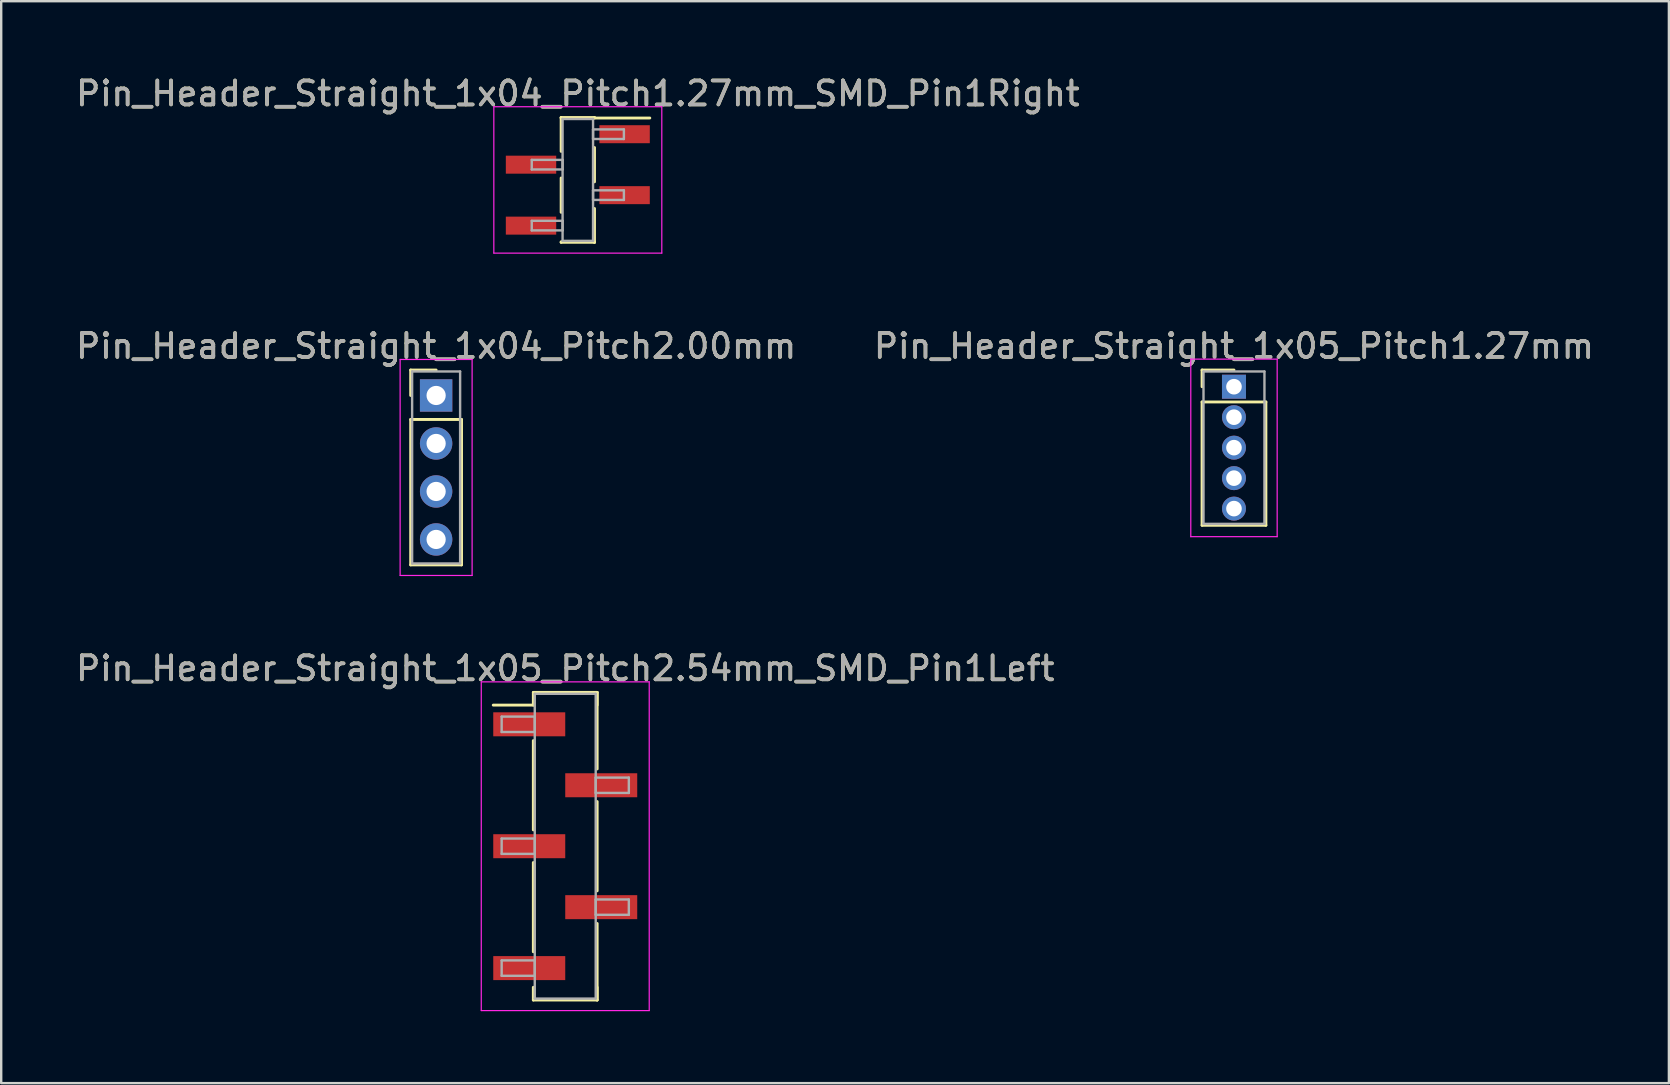
<source format=kicad_pcb>
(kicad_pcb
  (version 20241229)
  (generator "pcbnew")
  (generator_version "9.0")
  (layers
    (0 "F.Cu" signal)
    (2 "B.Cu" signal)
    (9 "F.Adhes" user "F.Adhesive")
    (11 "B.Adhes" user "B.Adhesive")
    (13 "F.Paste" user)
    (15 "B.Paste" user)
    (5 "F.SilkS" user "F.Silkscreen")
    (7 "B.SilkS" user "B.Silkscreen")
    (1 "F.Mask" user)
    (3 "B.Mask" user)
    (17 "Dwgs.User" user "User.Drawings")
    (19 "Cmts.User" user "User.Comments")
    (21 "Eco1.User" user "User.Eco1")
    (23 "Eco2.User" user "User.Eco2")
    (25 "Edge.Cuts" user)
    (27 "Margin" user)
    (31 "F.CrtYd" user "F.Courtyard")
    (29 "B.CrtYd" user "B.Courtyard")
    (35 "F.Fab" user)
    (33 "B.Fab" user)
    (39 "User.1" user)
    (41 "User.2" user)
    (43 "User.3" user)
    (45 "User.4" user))
  (footprint "Pin_Header_Straight_1x04_Pitch2.00mm"
    (layer "F.Cu")
    (at 15.125 13.431)
    (property "Reference" "Pin_Header_Straight_1x04_Pitch2.00mm" (at 0 -2.06 0) (layer "F.SilkS") (effects (font (size 1 1) (thickness 0.15))))
    (attr through_hole)
    (fp_line (start -1.06 -1.06) (end 0 -1.06) (stroke (width 0.12) (type solid)) (layer "F.SilkS"))
    (fp_line (start -1.06 0) (end -1.06 -1.06) (stroke (width 0.12) (type solid)) (layer "F.SilkS"))
    (fp_line (start -1.06 1) (end -1.06 7.06) (stroke (width 0.12) (type solid)) (layer "F.SilkS"))
    (fp_line (start -1.06 7.06) (end 1.06 7.06) (stroke (width 0.12) (type solid)) (layer "F.SilkS"))
    (fp_line (start 1.06 1) (end -1.06 1) (stroke (width 0.12) (type solid)) (layer "F.SilkS"))
    (fp_line (start 1.06 7.06) (end 1.06 1) (stroke (width 0.12) (type solid)) (layer "F.SilkS"))
    (fp_line (start -1.5 -1.5) (end -1.5 7.5) (stroke (width 0.05) (type solid)) (layer "F.CrtYd"))
    (fp_line (start -1.5 7.5) (end 1.5 7.5) (stroke (width 0.05) (type solid)) (layer "F.CrtYd"))
    (fp_line (start 1.5 -1.5) (end -1.5 -1.5) (stroke (width 0.05) (type solid)) (layer "F.CrtYd"))
    (fp_line (start 1.5 7.5) (end 1.5 -1.5) (stroke (width 0.05) (type solid)) (layer "F.CrtYd"))
    (fp_line (start -1 -1) (end -1 7) (stroke (width 0.1) (type solid)) (layer "F.Fab"))
    (fp_line (start -1 7) (end 1 7) (stroke (width 0.1) (type solid)) (layer "F.Fab"))
    (fp_line (start 1 -1) (end -1 -1) (stroke (width 0.1) (type solid)) (layer "F.Fab"))
    (fp_line (start 1 7) (end 1 -1) (stroke (width 0.1) (type solid)) (layer "F.Fab"))
    (fp_text user "${REFERENCE}" (at 0 -2.06 0) (layer "F.Fab") (effects (font (size 1 1) (thickness 0.15))))
    (pad "1" thru_hole rect (at 0 0) (size 1.35 1.35) (drill 0.8) (layers "*.Cu" "*.Mask"))
    (pad "2" thru_hole oval (at 0 2) (size 1.35 1.35) (drill 0.8) (layers "*.Cu" "*.Mask"))
    (pad "3" thru_hole oval (at 0 4) (size 1.35 1.35) (drill 0.8) (layers "*.Cu" "*.Mask"))
    (pad "4" thru_hole oval (at 0 6) (size 1.35 1.35) (drill 0.8) (layers "*.Cu" "*.Mask")))
  (footprint "Pin_Header_Straight_1x04_Pitch1.27mm_SMD_Pin1Right"
    (layer "F.Cu")
    (at 21.03 4.448)
    (property "Reference" "Pin_Header_Straight_1x04_Pitch1.27mm_SMD_Pin1Right" (at 0 -3.6 0) (layer "F.SilkS") (effects (font (size 1 1) (thickness 0.15))))
    (attr smd)
    (fp_line (start -0.695 -2.6) (end -0.695 -1.19) (stroke (width 0.12) (type solid)) (layer "F.SilkS"))
    (fp_line (start -0.695 -2.6) (end 0.695 -2.6) (stroke (width 0.12) (type solid)) (layer "F.SilkS"))
    (fp_line (start -0.695 -2.58) (end -0.695 -2.6) (stroke (width 0.12) (type solid)) (layer "F.SilkS"))
    (fp_line (start -0.695 -0.08) (end -0.695 1.35) (stroke (width 0.12) (type solid)) (layer "F.SilkS"))
    (fp_line (start -0.695 2.58) (end -0.695 2.6) (stroke (width 0.12) (type solid)) (layer "F.SilkS"))
    (fp_line (start -0.695 2.6) (end 0.695 2.6) (stroke (width 0.12) (type solid)) (layer "F.SilkS"))
    (fp_line (start 0.695 -2.6) (end 0.695 -2.58) (stroke (width 0.12) (type solid)) (layer "F.SilkS"))
    (fp_line (start 0.695 -2.58) (end 3 -2.58) (stroke (width 0.12) (type solid)) (layer "F.SilkS"))
    (fp_line (start 0.695 -1.35) (end 0.695 0.08) (stroke (width 0.12) (type solid)) (layer "F.SilkS"))
    (fp_line (start 0.695 1.19) (end 0.695 2.6) (stroke (width 0.12) (type solid)) (layer "F.SilkS"))
    (fp_line (start 0.695 2.6) (end 0.695 2.58) (stroke (width 0.12) (type solid)) (layer "F.SilkS"))
    (fp_line (start -3.5 -3.05) (end -3.5 3.05) (stroke (width 0.05) (type solid)) (layer "F.CrtYd"))
    (fp_line (start -3.5 3.05) (end 3.5 3.05) (stroke (width 0.05) (type solid)) (layer "F.CrtYd"))
    (fp_line (start 3.5 -3.05) (end -3.5 -3.05) (stroke (width 0.05) (type solid)) (layer "F.CrtYd"))
    (fp_line (start 3.5 3.05) (end 3.5 -3.05) (stroke (width 0.05) (type solid)) (layer "F.CrtYd"))
    (fp_line (start -1.92 -0.835) (end -0.635 -0.835) (stroke (width 0.1) (type solid)) (layer "F.Fab"))
    (fp_line (start -1.92 -0.435) (end -1.92 -0.835) (stroke (width 0.1) (type solid)) (layer "F.Fab"))
    (fp_line (start -1.92 1.705) (end -0.635 1.705) (stroke (width 0.1) (type solid)) (layer "F.Fab"))
    (fp_line (start -1.92 2.105) (end -1.92 1.705) (stroke (width 0.1) (type solid)) (layer "F.Fab"))
    (fp_line (start -0.635 -2.54) (end -0.635 2.54) (stroke (width 0.1) (type solid)) (layer "F.Fab"))
    (fp_line (start -0.635 -0.835) (end -0.635 -0.435) (stroke (width 0.1) (type solid)) (layer "F.Fab"))
    (fp_line (start -0.635 -0.435) (end -1.92 -0.435) (stroke (width 0.1) (type solid)) (layer "F.Fab"))
    (fp_line (start -0.635 1.705) (end -0.635 2.105) (stroke (width 0.1) (type solid)) (layer "F.Fab"))
    (fp_line (start -0.635 2.105) (end -1.92 2.105) (stroke (width 0.1) (type solid)) (layer "F.Fab"))
    (fp_line (start -0.635 2.54) (end 0.635 2.54) (stroke (width 0.1) (type solid)) (layer "F.Fab"))
    (fp_line (start 0.635 -2.54) (end -0.635 -2.54) (stroke (width 0.1) (type solid)) (layer "F.Fab"))
    (fp_line (start 0.635 -2.105) (end 0.635 -1.705) (stroke (width 0.1) (type solid)) (layer "F.Fab"))
    (fp_line (start 0.635 -1.705) (end 1.92 -1.705) (stroke (width 0.1) (type solid)) (layer "F.Fab"))
    (fp_line (start 0.635 0.435) (end 0.635 0.835) (stroke (width 0.1) (type solid)) (layer "F.Fab"))
    (fp_line (start 0.635 0.835) (end 1.92 0.835) (stroke (width 0.1) (type solid)) (layer "F.Fab"))
    (fp_line (start 0.635 2.54) (end 0.635 -2.54) (stroke (width 0.1) (type solid)) (layer "F.Fab"))
    (fp_line (start 1.92 -2.105) (end 0.635 -2.105) (stroke (width 0.1) (type solid)) (layer "F.Fab"))
    (fp_line (start 1.92 -1.705) (end 1.92 -2.105) (stroke (width 0.1) (type solid)) (layer "F.Fab"))
    (fp_line (start 1.92 0.435) (end 0.635 0.435) (stroke (width 0.1) (type solid)) (layer "F.Fab"))
    (fp_line (start 1.92 0.835) (end 1.92 0.435) (stroke (width 0.1) (type solid)) (layer "F.Fab"))
    (fp_text user "${REFERENCE}" (at 0 -3.6 0) (layer "F.Fab") (effects (font (size 1 1) (thickness 0.15))))
    (pad "1" smd rect (at 1.95 -1.905) (size 2.1 0.75) (layers "F.Cu" "F.Mask" "F.Paste"))
    (pad "2" smd rect (at -1.95 -0.635) (size 2.1 0.75) (layers "F.Cu" "F.Mask" "F.Paste"))
    (pad "3" smd rect (at 1.95 0.635) (size 2.1 0.75) (layers "F.Cu" "F.Mask" "F.Paste"))
    (pad "4" smd rect (at -1.95 1.905) (size 2.1 0.75) (layers "F.Cu" "F.Mask" "F.Paste")))
  (footprint "Pin_Header_Straight_1x05_Pitch1.27mm"
    (layer "F.Cu")
    (at 48.375 13.066)
    (property "Reference" "Pin_Header_Straight_1x05_Pitch1.27mm" (at 0 -1.695 0) (layer "F.SilkS") (effects (font (size 1 1) (thickness 0.15))))
    (attr through_hole)
    (fp_line (start -1.33 -0.695) (end 0 -0.695) (stroke (width 0.12) (type solid)) (layer "F.SilkS"))
    (fp_line (start -1.33 0) (end -1.33 -0.695) (stroke (width 0.12) (type solid)) (layer "F.SilkS"))
    (fp_line (start -1.33 0.635) (end -1.33 5.775) (stroke (width 0.12) (type solid)) (layer "F.SilkS"))
    (fp_line (start -1.33 5.775) (end 1.33 5.775) (stroke (width 0.12) (type solid)) (layer "F.SilkS"))
    (fp_line (start 1.33 0.635) (end -1.33 0.635) (stroke (width 0.12) (type solid)) (layer "F.SilkS"))
    (fp_line (start 1.33 5.775) (end 1.33 0.635) (stroke (width 0.12) (type solid)) (layer "F.SilkS"))
    (fp_line (start -1.8 -1.15) (end -1.8 6.25) (stroke (width 0.05) (type solid)) (layer "F.CrtYd"))
    (fp_line (start -1.8 6.25) (end 1.8 6.25) (stroke (width 0.05) (type solid)) (layer "F.CrtYd"))
    (fp_line (start 1.8 -1.15) (end -1.8 -1.15) (stroke (width 0.05) (type solid)) (layer "F.CrtYd"))
    (fp_line (start 1.8 6.25) (end 1.8 -1.15) (stroke (width 0.05) (type solid)) (layer "F.CrtYd"))
    (fp_line (start -1.27 -0.635) (end -1.27 5.715) (stroke (width 0.1) (type solid)) (layer "F.Fab"))
    (fp_line (start -1.27 5.715) (end 1.27 5.715) (stroke (width 0.1) (type solid)) (layer "F.Fab"))
    (fp_line (start 1.27 -0.635) (end -1.27 -0.635) (stroke (width 0.1) (type solid)) (layer "F.Fab"))
    (fp_line (start 1.27 5.715) (end 1.27 -0.635) (stroke (width 0.1) (type solid)) (layer "F.Fab"))
    (fp_text user "${REFERENCE}" (at 0 -1.695 0) (layer "F.Fab") (effects (font (size 1 1) (thickness 0.15))))
    (pad "1" thru_hole rect (at 0 0) (size 1 1) (drill 0.65) (layers "*.Cu" "*.Mask"))
    (pad "2" thru_hole oval (at 0 1.27) (size 1 1) (drill 0.65) (layers "*.Cu" "*.Mask"))
    (pad "3" thru_hole oval (at 0 2.54) (size 1 1) (drill 0.65) (layers "*.Cu" "*.Mask"))
    (pad "4" thru_hole oval (at 0 3.81) (size 1 1) (drill 0.65) (layers "*.Cu" "*.Mask"))
    (pad "5" thru_hole oval (at 0 5.08) (size 1 1) (drill 0.65) (layers "*.Cu" "*.Mask")))
  (footprint "Pin_Header_Straight_1x05_Pitch2.54mm_SMD_Pin1Left"
    (layer "F.Cu")
    (at 20.506 32.215)
    (property "Reference" "Pin_Header_Straight_1x05_Pitch2.54mm_SMD_Pin1Left" (at 0 -7.41 0) (layer "F.SilkS") (effects (font (size 1 1) (thickness 0.15))))
    (attr smd)
    (fp_line (start -1.33 -6.41) (end 1.33 -6.41) (stroke (width 0.12) (type solid)) (layer "F.SilkS"))
    (fp_line (start -1.33 -5.88) (end -3 -5.88) (stroke (width 0.12) (type solid)) (layer "F.SilkS"))
    (fp_line (start -1.33 -5.88) (end -1.33 -6.41) (stroke (width 0.12) (type solid)) (layer "F.SilkS"))
    (fp_line (start -1.33 -4.4) (end -1.33 -0.68) (stroke (width 0.12) (type solid)) (layer "F.SilkS"))
    (fp_line (start -1.33 0.68) (end -1.33 4.4) (stroke (width 0.12) (type solid)) (layer "F.SilkS"))
    (fp_line (start -1.33 5.88) (end -1.33 6.41) (stroke (width 0.12) (type solid)) (layer "F.SilkS"))
    (fp_line (start -1.33 6.41) (end 1.33 6.41) (stroke (width 0.12) (type solid)) (layer "F.SilkS"))
    (fp_line (start 1.33 -6.41) (end 1.33 -5.88) (stroke (width 0.12) (type solid)) (layer "F.SilkS"))
    (fp_line (start 1.33 -6.41) (end 1.33 -3.22) (stroke (width 0.12) (type solid)) (layer "F.SilkS"))
    (fp_line (start 1.33 -1.86) (end 1.33 1.86) (stroke (width 0.12) (type solid)) (layer "F.SilkS"))
    (fp_line (start 1.33 3.22) (end 1.33 6.41) (stroke (width 0.12) (type solid)) (layer "F.SilkS"))
    (fp_line (start 1.33 6.41) (end 1.33 5.88) (stroke (width 0.12) (type solid)) (layer "F.SilkS"))
    (fp_line (start -3.5 -6.85) (end -3.5 6.85) (stroke (width 0.05) (type solid)) (layer "F.CrtYd"))
    (fp_line (start -3.5 6.85) (end 3.5 6.85) (stroke (width 0.05) (type solid)) (layer "F.CrtYd"))
    (fp_line (start 3.5 -6.85) (end -3.5 -6.85) (stroke (width 0.05) (type solid)) (layer "F.CrtYd"))
    (fp_line (start 3.5 6.85) (end 3.5 -6.85) (stroke (width 0.05) (type solid)) (layer "F.CrtYd"))
    (fp_line (start -2.65 -5.4) (end -1.27 -5.4) (stroke (width 0.1) (type solid)) (layer "F.Fab"))
    (fp_line (start -2.65 -4.76) (end -2.65 -5.4) (stroke (width 0.1) (type solid)) (layer "F.Fab"))
    (fp_line (start -2.65 -0.32) (end -1.27 -0.32) (stroke (width 0.1) (type solid)) (layer "F.Fab"))
    (fp_line (start -2.65 0.32) (end -2.65 -0.32) (stroke (width 0.1) (type solid)) (layer "F.Fab"))
    (fp_line (start -2.65 4.76) (end -1.27 4.76) (stroke (width 0.1) (type solid)) (layer "F.Fab"))
    (fp_line (start -2.65 5.4) (end -2.65 4.76) (stroke (width 0.1) (type solid)) (layer "F.Fab"))
    (fp_line (start -1.27 -6.35) (end -1.27 6.35) (stroke (width 0.1) (type solid)) (layer "F.Fab"))
    (fp_line (start -1.27 -5.4) (end -1.27 -4.76) (stroke (width 0.1) (type solid)) (layer "F.Fab"))
    (fp_line (start -1.27 -4.76) (end -2.65 -4.76) (stroke (width 0.1) (type solid)) (layer "F.Fab"))
    (fp_line (start -1.27 -0.32) (end -1.27 0.32) (stroke (width 0.1) (type solid)) (layer "F.Fab"))
    (fp_line (start -1.27 0.32) (end -2.65 0.32) (stroke (width 0.1) (type solid)) (layer "F.Fab"))
    (fp_line (start -1.27 4.76) (end -1.27 5.4) (stroke (width 0.1) (type solid)) (layer "F.Fab"))
    (fp_line (start -1.27 5.4) (end -2.65 5.4) (stroke (width 0.1) (type solid)) (layer "F.Fab"))
    (fp_line (start -1.27 6.35) (end 1.27 6.35) (stroke (width 0.1) (type solid)) (layer "F.Fab"))
    (fp_line (start 1.27 -6.35) (end -1.27 -6.35) (stroke (width 0.1) (type solid)) (layer "F.Fab"))
    (fp_line (start 1.27 -2.86) (end 1.27 -2.22) (stroke (width 0.1) (type solid)) (layer "F.Fab"))
    (fp_line (start 1.27 -2.22) (end 2.65 -2.22) (stroke (width 0.1) (type solid)) (layer "F.Fab"))
    (fp_line (start 1.27 2.22) (end 1.27 2.86) (stroke (width 0.1) (type solid)) (layer "F.Fab"))
    (fp_line (start 1.27 2.86) (end 2.65 2.86) (stroke (width 0.1) (type solid)) (layer "F.Fab"))
    (fp_line (start 1.27 6.35) (end 1.27 -6.35) (stroke (width 0.1) (type solid)) (layer "F.Fab"))
    (fp_line (start 2.65 -2.86) (end 1.27 -2.86) (stroke (width 0.1) (type solid)) (layer "F.Fab"))
    (fp_line (start 2.65 -2.22) (end 2.65 -2.86) (stroke (width 0.1) (type solid)) (layer "F.Fab"))
    (fp_line (start 2.65 2.22) (end 1.27 2.22) (stroke (width 0.1) (type solid)) (layer "F.Fab"))
    (fp_line (start 2.65 2.86) (end 2.65 2.22) (stroke (width 0.1) (type solid)) (layer "F.Fab"))
    (fp_text user "${REFERENCE}" (at 0 -7.41 0) (layer "F.Fab") (effects (font (size 1 1) (thickness 0.15))))
    (pad "1" smd rect (at -1.5 -5.08) (size 3 1) (layers "F.Cu" "F.Mask" "F.Paste"))
    (pad "2" smd rect (at 1.5 -2.54) (size 3 1) (layers "F.Cu" "F.Mask" "F.Paste"))
    (pad "3" smd rect (at -1.5 0) (size 3 1) (layers "F.Cu" "F.Mask" "F.Paste"))
    (pad "4" smd rect (at 1.5 2.54) (size 3 1) (layers "F.Cu" "F.Mask" "F.Paste"))
    (pad "5" smd rect (at -1.5 5.08) (size 3 1) (layers "F.Cu" "F.Mask" "F.Paste")))
  (gr_rect
    (start -3 -3)
    (end 66.5 42.09)
    (stroke (width 0.1) (type default))
    (fill no)
    (layer "Edge.Cuts")))
</source>
